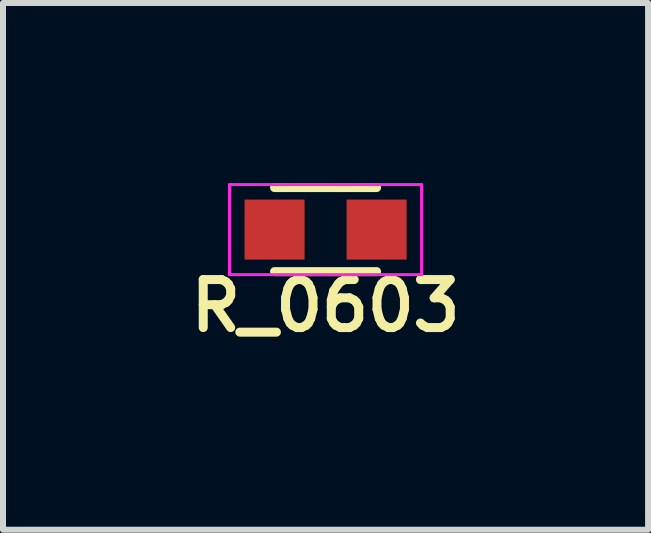
<source format=kicad_pcb>
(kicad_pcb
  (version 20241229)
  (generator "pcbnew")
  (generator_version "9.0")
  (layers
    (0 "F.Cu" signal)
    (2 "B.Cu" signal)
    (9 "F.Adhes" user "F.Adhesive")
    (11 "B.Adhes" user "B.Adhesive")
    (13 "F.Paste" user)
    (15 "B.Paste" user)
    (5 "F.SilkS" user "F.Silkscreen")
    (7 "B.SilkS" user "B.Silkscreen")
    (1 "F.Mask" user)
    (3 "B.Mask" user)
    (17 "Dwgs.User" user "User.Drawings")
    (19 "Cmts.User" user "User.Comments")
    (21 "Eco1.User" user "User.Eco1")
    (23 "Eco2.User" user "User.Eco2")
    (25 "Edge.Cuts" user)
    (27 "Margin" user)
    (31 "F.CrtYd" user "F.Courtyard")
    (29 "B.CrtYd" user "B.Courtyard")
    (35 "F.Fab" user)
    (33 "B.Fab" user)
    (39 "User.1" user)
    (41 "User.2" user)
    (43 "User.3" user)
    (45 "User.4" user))
  (footprint "R_0603"
    (layer "F.Cu")
    (at 2.374 0.775)
    (property "Reference" "R_0603" (at 0 1.27 0) (layer "F.SilkS") (effects (font (size 0.8 0.8) (thickness 0.15))))
    (attr smd)
    (fp_line (start -0.85 -0.7) (end 0.85 -0.7) (stroke (width 0.15) (type solid)) (layer "F.SilkS"))
    (fp_line (start 0.85 0.7) (end -0.85 0.7) (stroke (width 0.15) (type solid)) (layer "F.SilkS"))
    (fp_line (start -1.6 -0.75) (end -1.6 0.75) (stroke (width 0.05) (type solid)) (layer "F.CrtYd"))
    (fp_line (start -1.6 -0.75) (end 1.6 -0.75) (stroke (width 0.05) (type solid)) (layer "F.CrtYd"))
    (fp_line (start -1.6 0.75) (end 1.6 0.75) (stroke (width 0.05) (type solid)) (layer "F.CrtYd"))
    (fp_line (start 1.6 -0.75) (end 1.6 0.75) (stroke (width 0.05) (type solid)) (layer "F.CrtYd"))
    (pad "1" smd rect (at -0.85 0) (size 1 1) (layers "F.Cu" "F.Mask" "F.Paste"))
    (pad "2" smd rect (at 0.85 0) (size 1 1) (layers "F.Cu" "F.Mask" "F.Paste")))
  (gr_rect
    (start -3 -3)
    (end 7.747 5.776)
    (stroke (width 0.1) (type default))
    (fill no)
    (layer "Edge.Cuts")))
</source>
